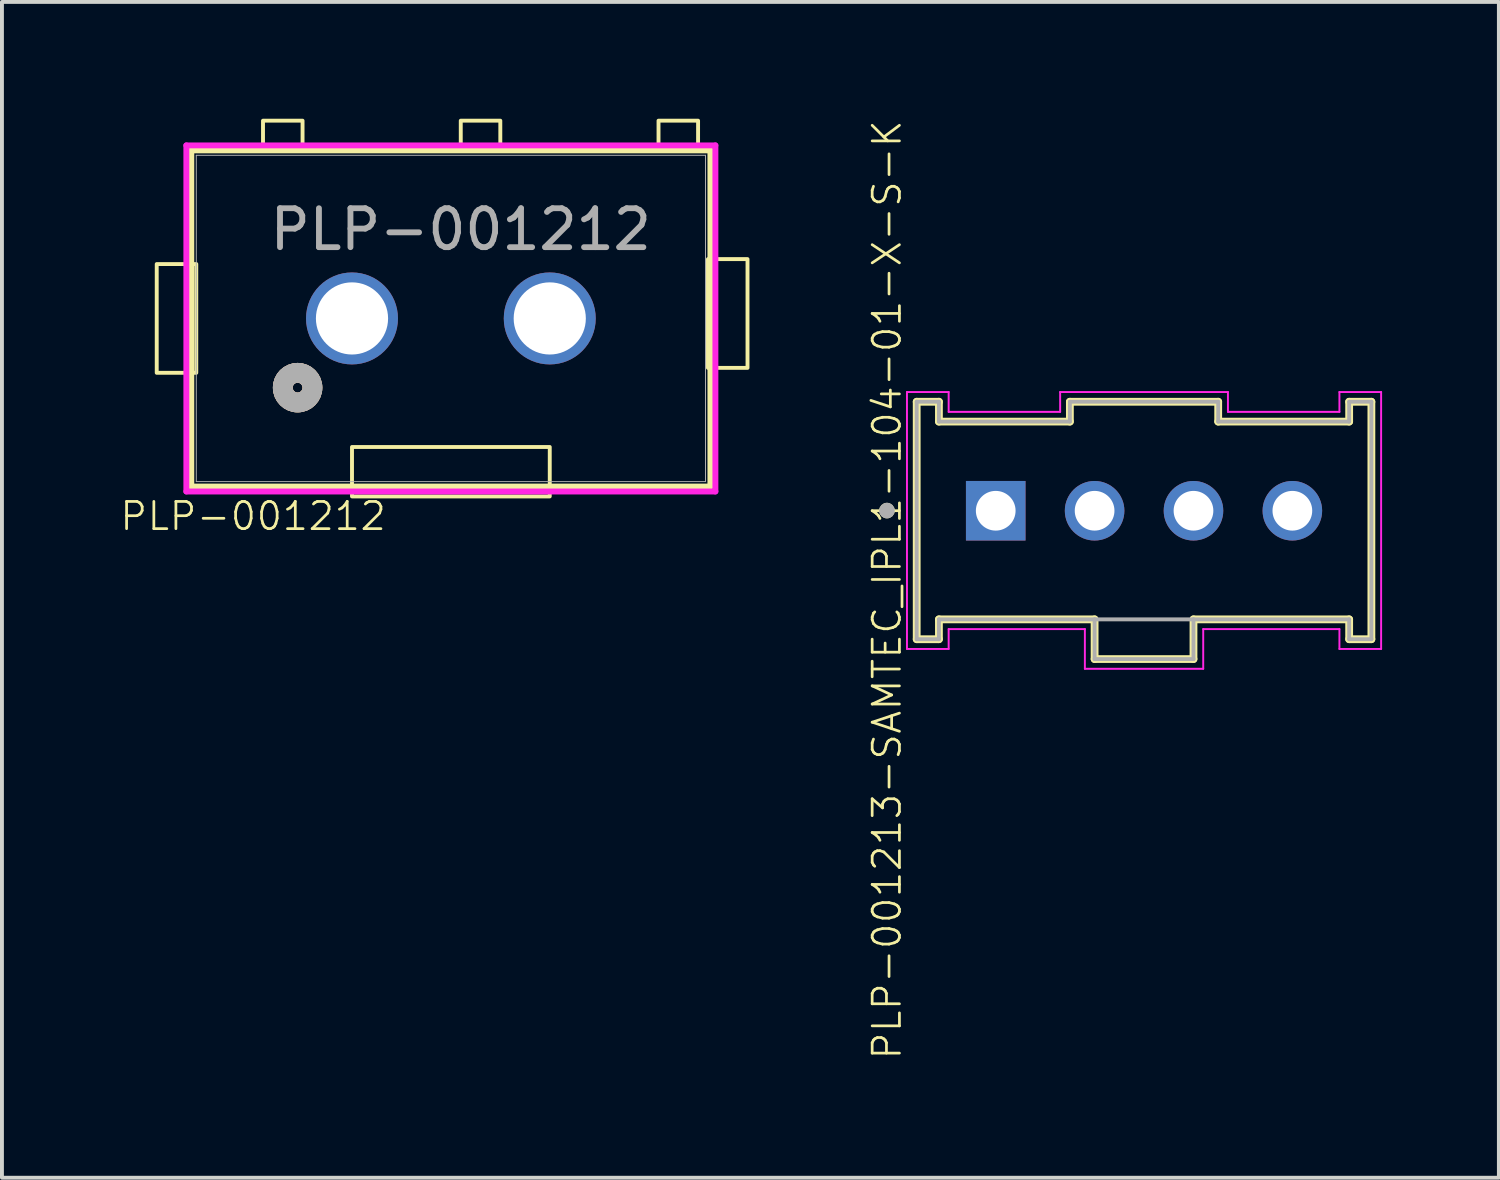
<source format=kicad_pcb>
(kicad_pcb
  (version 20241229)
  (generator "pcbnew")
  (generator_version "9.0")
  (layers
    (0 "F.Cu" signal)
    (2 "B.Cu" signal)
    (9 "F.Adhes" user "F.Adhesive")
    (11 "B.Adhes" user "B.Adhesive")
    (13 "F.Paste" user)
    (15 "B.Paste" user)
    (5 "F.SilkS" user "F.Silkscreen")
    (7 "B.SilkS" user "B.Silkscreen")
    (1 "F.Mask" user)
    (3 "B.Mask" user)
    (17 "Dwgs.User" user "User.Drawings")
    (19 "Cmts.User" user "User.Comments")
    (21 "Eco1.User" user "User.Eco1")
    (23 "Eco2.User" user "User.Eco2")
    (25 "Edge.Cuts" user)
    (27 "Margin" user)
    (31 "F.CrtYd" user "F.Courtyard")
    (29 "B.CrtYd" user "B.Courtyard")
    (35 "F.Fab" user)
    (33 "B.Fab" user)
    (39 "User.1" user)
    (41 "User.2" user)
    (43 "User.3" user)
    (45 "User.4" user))
  (footprint "PLP-001213-SAMTEC_IPL1-104-01-X-S-K"
    (layer "F.Cu")
    (at 26.338 10.07)
    (property "Reference" "PLP-001213-SAMTEC_IPL1-104-01-X-S-K" (at -6.604 2.032 90) (layer "F.SilkS") (effects (font (size 0.7 0.7) (thickness 0.07))))
    (attr through_hole)
    (fp_line (start -5.84 -2.8) (end -5.84 3.3) (stroke (width 0.2) (type solid)) (layer "F.SilkS"))
    (fp_line (start -5.84 3.3) (end -5.269 3.3) (stroke (width 0.2) (type solid)) (layer "F.SilkS"))
    (fp_line (start -5.269 -2.8) (end -5.84 -2.8) (stroke (width 0.2) (type solid)) (layer "F.SilkS"))
    (fp_line (start -5.269 -2.29) (end -5.269 -2.8) (stroke (width 0.2) (type solid)) (layer "F.SilkS"))
    (fp_line (start -5.269 2.79) (end -1.27 2.79) (stroke (width 0.2) (type solid)) (layer "F.SilkS"))
    (fp_line (start -5.269 3.3) (end -5.269 2.79) (stroke (width 0.2) (type solid)) (layer "F.SilkS"))
    (fp_line (start -1.905 -2.8) (end -1.905 -2.29) (stroke (width 0.2) (type solid)) (layer "F.SilkS"))
    (fp_line (start -1.905 -2.29) (end -5.269 -2.29) (stroke (width 0.2) (type solid)) (layer "F.SilkS"))
    (fp_line (start -1.27 2.79) (end -1.27 3.81) (stroke (width 0.2) (type solid)) (layer "F.SilkS"))
    (fp_line (start -1.27 3.81) (end 1.27 3.81) (stroke (width 0.2) (type solid)) (layer "F.SilkS"))
    (fp_line (start 1.27 2.79) (end 5.269 2.79) (stroke (width 0.2) (type solid)) (layer "F.SilkS"))
    (fp_line (start 1.27 3.81) (end 1.27 2.79) (stroke (width 0.2) (type solid)) (layer "F.SilkS"))
    (fp_line (start 1.905 -2.8) (end -1.905 -2.8) (stroke (width 0.2) (type solid)) (layer "F.SilkS"))
    (fp_line (start 1.905 -2.29) (end 1.905 -2.8) (stroke (width 0.2) (type solid)) (layer "F.SilkS"))
    (fp_line (start 5.269 -2.8) (end 5.269 -2.29) (stroke (width 0.2) (type solid)) (layer "F.SilkS"))
    (fp_line (start 5.269 -2.29) (end 1.905 -2.29) (stroke (width 0.2) (type solid)) (layer "F.SilkS"))
    (fp_line (start 5.269 2.79) (end 5.269 3.3) (stroke (width 0.2) (type solid)) (layer "F.SilkS"))
    (fp_line (start 5.269 3.3) (end 5.84 3.3) (stroke (width 0.2) (type solid)) (layer "F.SilkS"))
    (fp_line (start 5.84 -2.8) (end 5.269 -2.8) (stroke (width 0.2) (type solid)) (layer "F.SilkS"))
    (fp_line (start 5.84 3.3) (end 5.84 -2.8) (stroke (width 0.2) (type solid)) (layer "F.SilkS"))
    (fp_circle (center -6.604 -0.004) (end -6.504 -0.004) (stroke (width 0.2) (type solid)) (fill no) (layer "F.SilkS"))
    (fp_line (start -6.09 -3.05) (end -5.019 -3.05) (stroke (width 0.05) (type solid)) (layer "F.CrtYd"))
    (fp_line (start -6.09 3.55) (end -6.09 -3.05) (stroke (width 0.05) (type solid)) (layer "F.CrtYd"))
    (fp_line (start -5.019 -3.05) (end -5.019 -2.54) (stroke (width 0.05) (type solid)) (layer "F.CrtYd"))
    (fp_line (start -5.019 -2.54) (end -2.155 -2.54) (stroke (width 0.05) (type solid)) (layer "F.CrtYd"))
    (fp_line (start -5.019 3.04) (end -5.019 3.55) (stroke (width 0.05) (type solid)) (layer "F.CrtYd"))
    (fp_line (start -5.019 3.55) (end -6.09 3.55) (stroke (width 0.05) (type solid)) (layer "F.CrtYd"))
    (fp_line (start -2.155 -3.05) (end 2.155 -3.05) (stroke (width 0.05) (type solid)) (layer "F.CrtYd"))
    (fp_line (start -2.155 -2.54) (end -2.155 -3.05) (stroke (width 0.05) (type solid)) (layer "F.CrtYd"))
    (fp_line (start -1.52 3.04) (end -5.019 3.04) (stroke (width 0.05) (type solid)) (layer "F.CrtYd"))
    (fp_line (start -1.52 4.06) (end -1.52 3.04) (stroke (width 0.05) (type solid)) (layer "F.CrtYd"))
    (fp_line (start 1.52 3.04) (end 1.52 4.06) (stroke (width 0.05) (type solid)) (layer "F.CrtYd"))
    (fp_line (start 1.52 4.06) (end -1.52 4.06) (stroke (width 0.05) (type solid)) (layer "F.CrtYd"))
    (fp_line (start 2.155 -3.05) (end 2.155 -2.54) (stroke (width 0.05) (type solid)) (layer "F.CrtYd"))
    (fp_line (start 2.155 -2.54) (end 5.019 -2.54) (stroke (width 0.05) (type solid)) (layer "F.CrtYd"))
    (fp_line (start 5.019 -3.05) (end 6.09 -3.05) (stroke (width 0.05) (type solid)) (layer "F.CrtYd"))
    (fp_line (start 5.019 -2.54) (end 5.019 -3.05) (stroke (width 0.05) (type solid)) (layer "F.CrtYd"))
    (fp_line (start 5.019 3.04) (end 1.52 3.04) (stroke (width 0.05) (type solid)) (layer "F.CrtYd"))
    (fp_line (start 5.019 3.55) (end 5.019 3.04) (stroke (width 0.05) (type solid)) (layer "F.CrtYd"))
    (fp_line (start 6.09 -3.05) (end 6.09 3.55) (stroke (width 0.05) (type solid)) (layer "F.CrtYd"))
    (fp_line (start 6.09 3.55) (end 5.019 3.55) (stroke (width 0.05) (type solid)) (layer "F.CrtYd"))
    (fp_line (start -5.84 -2.8) (end -5.84 3.3) (stroke (width 0.1) (type solid)) (layer "F.Fab"))
    (fp_line (start -5.84 3.3) (end -5.269 3.3) (stroke (width 0.1) (type solid)) (layer "F.Fab"))
    (fp_line (start -5.269 -2.8) (end -5.84 -2.8) (stroke (width 0.1) (type solid)) (layer "F.Fab"))
    (fp_line (start -5.269 -2.29) (end -5.269 -2.8) (stroke (width 0.1) (type solid)) (layer "F.Fab"))
    (fp_line (start -5.269 2.79) (end -1.27 2.79) (stroke (width 0.1) (type solid)) (layer "F.Fab"))
    (fp_line (start -5.269 3.3) (end -5.269 2.79) (stroke (width 0.1) (type solid)) (layer "F.Fab"))
    (fp_line (start -1.905 -2.8) (end -1.905 -2.29) (stroke (width 0.1) (type solid)) (layer "F.Fab"))
    (fp_line (start -1.905 -2.29) (end -5.269 -2.29) (stroke (width 0.1) (type solid)) (layer "F.Fab"))
    (fp_line (start -1.27 2.79) (end -1.27 3.81) (stroke (width 0.1) (type solid)) (layer "F.Fab"))
    (fp_line (start -1.27 2.79) (end 1.27 2.79) (stroke (width 0.1) (type solid)) (layer "F.Fab"))
    (fp_line (start -1.27 3.81) (end 1.27 3.81) (stroke (width 0.1) (type solid)) (layer "F.Fab"))
    (fp_line (start 1.27 2.79) (end 5.269 2.79) (stroke (width 0.1) (type solid)) (layer "F.Fab"))
    (fp_line (start 1.27 3.81) (end 1.27 2.79) (stroke (width 0.1) (type solid)) (layer "F.Fab"))
    (fp_line (start 1.905 -2.8) (end -1.905 -2.8) (stroke (width 0.1) (type solid)) (layer "F.Fab"))
    (fp_line (start 1.905 -2.29) (end 1.905 -2.8) (stroke (width 0.1) (type solid)) (layer "F.Fab"))
    (fp_line (start 5.269 -2.8) (end 5.269 -2.29) (stroke (width 0.1) (type solid)) (layer "F.Fab"))
    (fp_line (start 5.269 -2.29) (end 1.905 -2.29) (stroke (width 0.1) (type solid)) (layer "F.Fab"))
    (fp_line (start 5.269 2.79) (end 5.269 3.3) (stroke (width 0.1) (type solid)) (layer "F.Fab"))
    (fp_line (start 5.269 3.3) (end 5.84 3.3) (stroke (width 0.1) (type solid)) (layer "F.Fab"))
    (fp_line (start 5.84 -2.8) (end 5.269 -2.8) (stroke (width 0.1) (type solid)) (layer "F.Fab"))
    (fp_line (start 5.84 3.3) (end 5.84 -2.8) (stroke (width 0.1) (type solid)) (layer "F.Fab"))
    (fp_circle (center -6.604 -0.004) (end -6.504 -0.004) (stroke (width 0.2) (type solid)) (fill no) (layer "F.Fab"))
    (pad "01" thru_hole rect (at -3.81 0) (size 1.53 1.53) (drill 1.02) (layers "*.Cu" "*.Mask"))
    (pad "02" thru_hole circle (at -1.27 0) (size 1.53 1.53) (drill 1.02) (layers "*.Cu" "*.Mask"))
    (pad "03" thru_hole circle (at 1.27 0) (size 1.53 1.53) (drill 1.02) (layers "*.Cu" "*.Mask"))
    (pad "04" thru_hole circle (at 3.81 0) (size 1.53 1.53) (drill 1.02) (layers "*.Cu" "*.Mask")))
  (footprint "PLP-001212"
    (layer "F.Cu")
    (at 5.992 5.13)
    (property "Reference" "PLP-001212" (at -2.54 5.08 0) (unlocked yes) (layer "F.SilkS") (effects (font (size 0.7 0.7) (thickness 0.07))))
    (attr through_hole)
    (fp_line (start -4.128 -4.318) (end -4.128 4.318) (stroke (width 0.152) (type solid)) (layer "F.SilkS"))
    (fp_line (start -4.128 4.318) (end 9.207 4.318) (stroke (width 0.152) (type solid)) (layer "F.SilkS"))
    (fp_line (start 9.207 -4.318) (end -4.128 -4.318) (stroke (width 0.152) (type solid)) (layer "F.SilkS"))
    (fp_line (start 9.207 4.318) (end 9.207 -4.318) (stroke (width 0.152) (type solid)) (layer "F.SilkS"))
    (fp_rect (start -5.016 -1.397) (end -4 1.397) (stroke (width 0.1) (type default)) (fill no) (layer "F.SilkS"))
    (fp_rect (start -2.286 -5.08) (end -1.27 -4.318) (stroke (width 0.1) (type default)) (fill no) (layer "F.SilkS"))
    (fp_rect (start 0 3.302) (end 5.08 4.572) (stroke (width 0.1) (type default)) (fill no) (layer "F.SilkS"))
    (fp_rect (start 2.794 -5.08) (end 3.81 -4.318) (stroke (width 0.1) (type default)) (fill no) (layer "F.SilkS"))
    (fp_rect (start 7.874 -5.08) (end 8.89 -4.318) (stroke (width 0.1) (type default)) (fill no) (layer "F.SilkS"))
    (fp_rect (start 9.144 -1.524) (end 10.16 1.27) (stroke (width 0.1) (type default)) (fill no) (layer "F.SilkS"))
    (fp_circle (center -1.397 1.778) (end -1.016 1.778) (stroke (width 0.508) (type solid)) (fill no) (layer "F.SilkS"))
    (fp_circle (center -1.397 1.778) (end -1.016 1.778) (stroke (width 0.508) (type solid)) (fill no) (layer "B.SilkS"))
    (fp_line (start -4.255 -4.445) (end -4.255 4.445) (stroke (width 0.152) (type solid)) (layer "F.CrtYd"))
    (fp_line (start -4.255 4.445) (end 9.335 4.445) (stroke (width 0.152) (type solid)) (layer "F.CrtYd"))
    (fp_line (start 9.335 -4.445) (end -4.255 -4.445) (stroke (width 0.152) (type solid)) (layer "F.CrtYd"))
    (fp_line (start 9.335 4.445) (end 9.335 -4.445) (stroke (width 0.152) (type solid)) (layer "F.CrtYd"))
    (fp_line (start -4 -4.191) (end -4 4.191) (stroke (width 0.025) (type solid)) (layer "F.Fab"))
    (fp_line (start -4 4.191) (end 9.081 4.191) (stroke (width 0.025) (type solid)) (layer "F.Fab"))
    (fp_line (start 9.081 -4.191) (end -4 -4.191) (stroke (width 0.025) (type solid)) (layer "F.Fab"))
    (fp_line (start 9.081 4.191) (end 9.081 -4.191) (stroke (width 0.025) (type solid)) (layer "F.Fab"))
    (fp_circle (center -1.397 1.778) (end -1.016 1.778) (stroke (width 0.508) (type solid)) (fill no) (layer "F.Fab"))
    (fp_text user "${REFERENCE}" (at 2.794 -2.286 0) (unlocked yes) (layer "F.Fab") (effects (font (size 1 1) (thickness 0.15))))
    (pad "1" thru_hole circle (at 0 0) (size 2.362 2.362) (drill 1.854) (layers "*.Cu" "*.Mask"))
    (pad "2" thru_hole circle (at 5.08 0) (size 2.362 2.362) (drill 1.854) (layers "*.Cu" "*.Mask")))
  (gr_rect
    (start -3 -3)
    (end 35.453 27.203)
    (stroke (width 0.1) (type default))
    (fill no)
    (layer "Edge.Cuts")))
</source>
